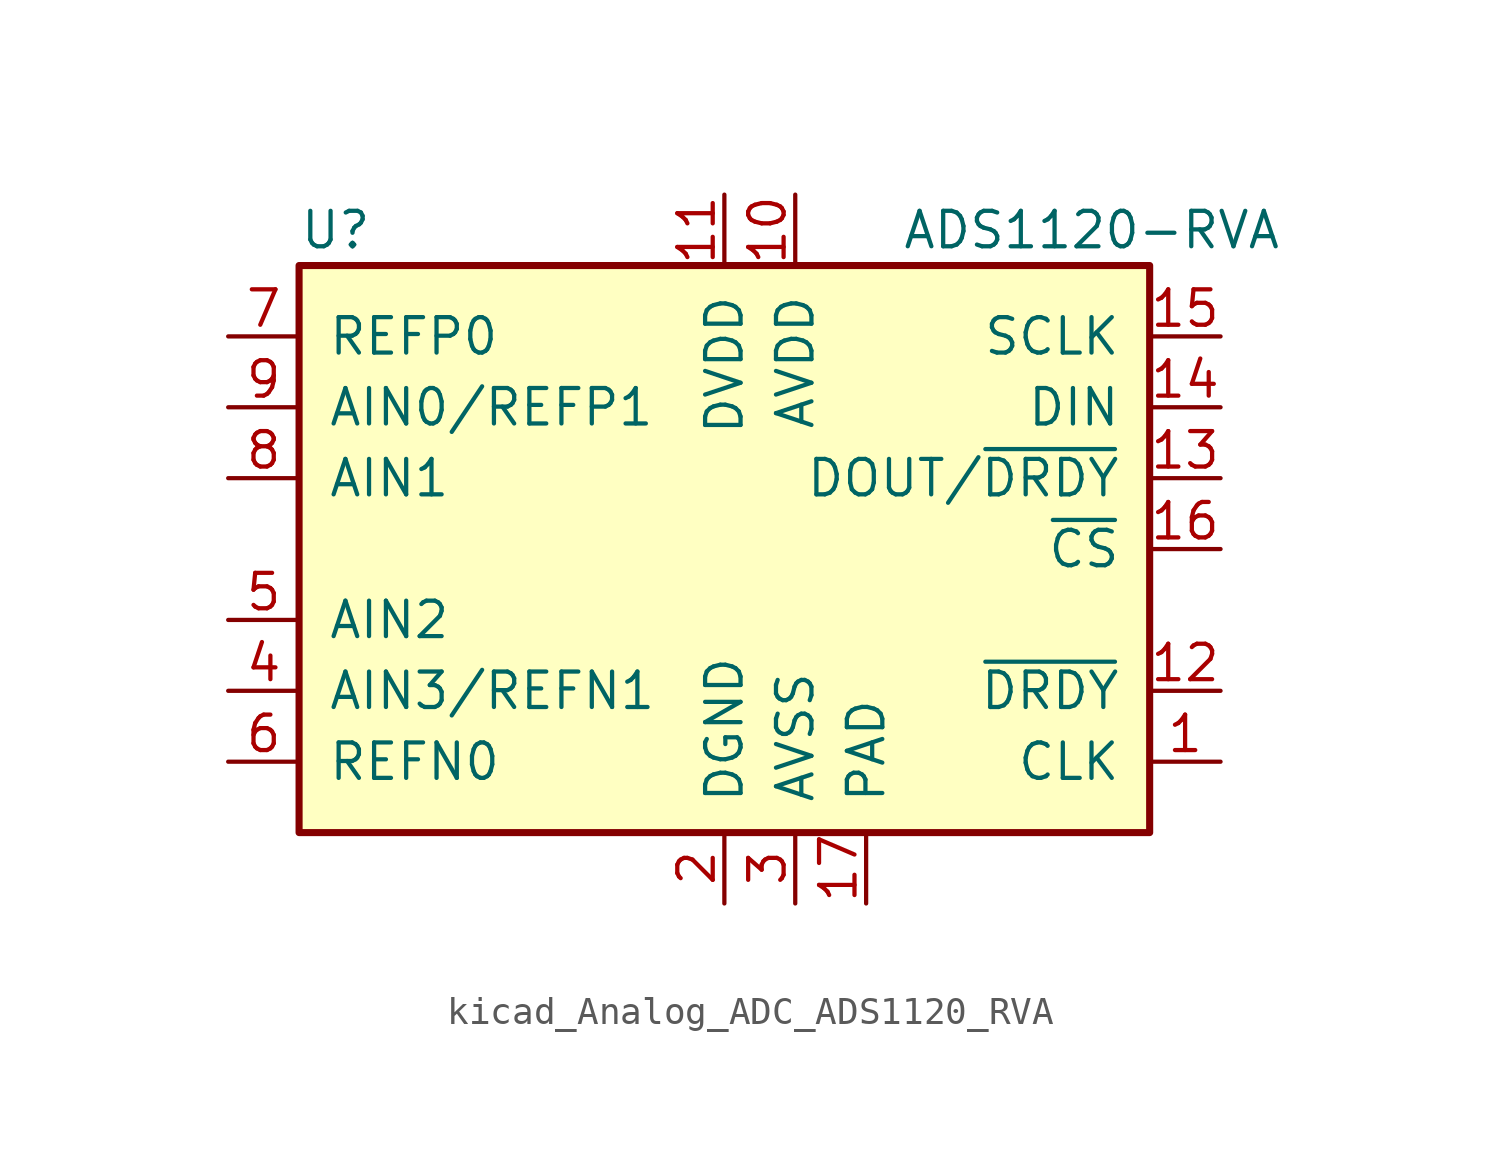
<source format=kicad_sym>
(kicad_symbol_lib
  (version 20220914)
  (generator kicad_symbol_editor)
  (symbol "kicad_Analog_ADC_ADS1120_RVA"
    (pin_names
      (offset 1.016))
    (property "Reference" "U"
      (at -15.24 11.43 0)
      (effects (font (size 1.27 1.27)) (justify left)))
    (property "Value" "ADS1120-RVA"
      (at 6.35 11.43 0)
      (effects (font (size 1.27 1.27)) (justify left)))
    (symbol "kicad_Analog_ADC_ADS1120_RVA_0_1"
      (rectangle (start -15.24 10.16) (end 15.24 -10.16) (stroke (width 0.254) (type default)) (fill (type background))))
    (symbol "kicad_Analog_ADC_ADS1120_RVA_1_1"
      (pin input line (at 17.78 -7.62 180) (length 2.54) (name "CLK" (effects (font (size 1.27 1.27)))) (number "1" (effects (font (size 1.27 1.27)))))
      (pin power_in line (at 2.54 12.7 270) (length 2.54) (name "AVDD" (effects (font (size 1.27 1.27)))) (number "10" (effects (font (size 1.27 1.27)))))
      (pin power_in line (at 0 12.7 270) (length 2.54) (name "DVDD" (effects (font (size 1.27 1.27)))) (number "11" (effects (font (size 1.27 1.27)))))
      (pin output line (at 17.78 -5.08 180) (length 2.54) (name "~{DRDY}" (effects (font (size 1.27 1.27)))) (number "12" (effects (font (size 1.27 1.27)))))
      (pin output line (at 17.78 2.54 180) (length 2.54) (name "DOUT/~{DRDY}" (effects (font (size 1.27 1.27)))) (number "13" (effects (font (size 1.27 1.27)))))
      (pin input line (at 17.78 5.08 180) (length 2.54) (name "DIN" (effects (font (size 1.27 1.27)))) (number "14" (effects (font (size 1.27 1.27)))))
      (pin input line (at 17.78 7.62 180) (length 2.54) (name "SCLK" (effects (font (size 1.27 1.27)))) (number "15" (effects (font (size 1.27 1.27)))))
      (pin input line (at 17.78 0 180) (length 2.54) (name "~{CS}" (effects (font (size 1.27 1.27)))) (number "16" (effects (font (size 1.27 1.27)))))
      (pin passive line (at 5.08 -12.7 90) (length 2.54) (name "PAD" (effects (font (size 1.27 1.27)))) (number "17" (effects (font (size 1.27 1.27)))))
      (pin power_in line (at 0 -12.7 90) (length 2.54) (name "DGND" (effects (font (size 1.27 1.27)))) (number "2" (effects (font (size 1.27 1.27)))))
      (pin power_in line (at 2.54 -12.7 90) (length 2.54) (name "AVSS" (effects (font (size 1.27 1.27)))) (number "3" (effects (font (size 1.27 1.27)))))
      (pin input line (at -17.78 -5.08 0) (length 2.54) (name "AIN3/REFN1" (effects (font (size 1.27 1.27)))) (number "4" (effects (font (size 1.27 1.27)))))
      (pin input line (at -17.78 -2.54 0) (length 2.54) (name "AIN2" (effects (font (size 1.27 1.27)))) (number "5" (effects (font (size 1.27 1.27)))))
      (pin input line (at -17.78 -7.62 0) (length 2.54) (name "REFN0" (effects (font (size 1.27 1.27)))) (number "6" (effects (font (size 1.27 1.27)))))
      (pin input line (at -17.78 7.62 0) (length 2.54) (name "REFP0" (effects (font (size 1.27 1.27)))) (number "7" (effects (font (size 1.27 1.27)))))
      (pin input line (at -17.78 2.54 0) (length 2.54) (name "AIN1" (effects (font (size 1.27 1.27)))) (number "8" (effects (font (size 1.27 1.27)))))
      (pin input line (at -17.78 5.08 0) (length 2.54) (name "AIN0/REFP1" (effects (font (size 1.27 1.27)))) (number "9" (effects (font (size 1.27 1.27))))))))
</source>
